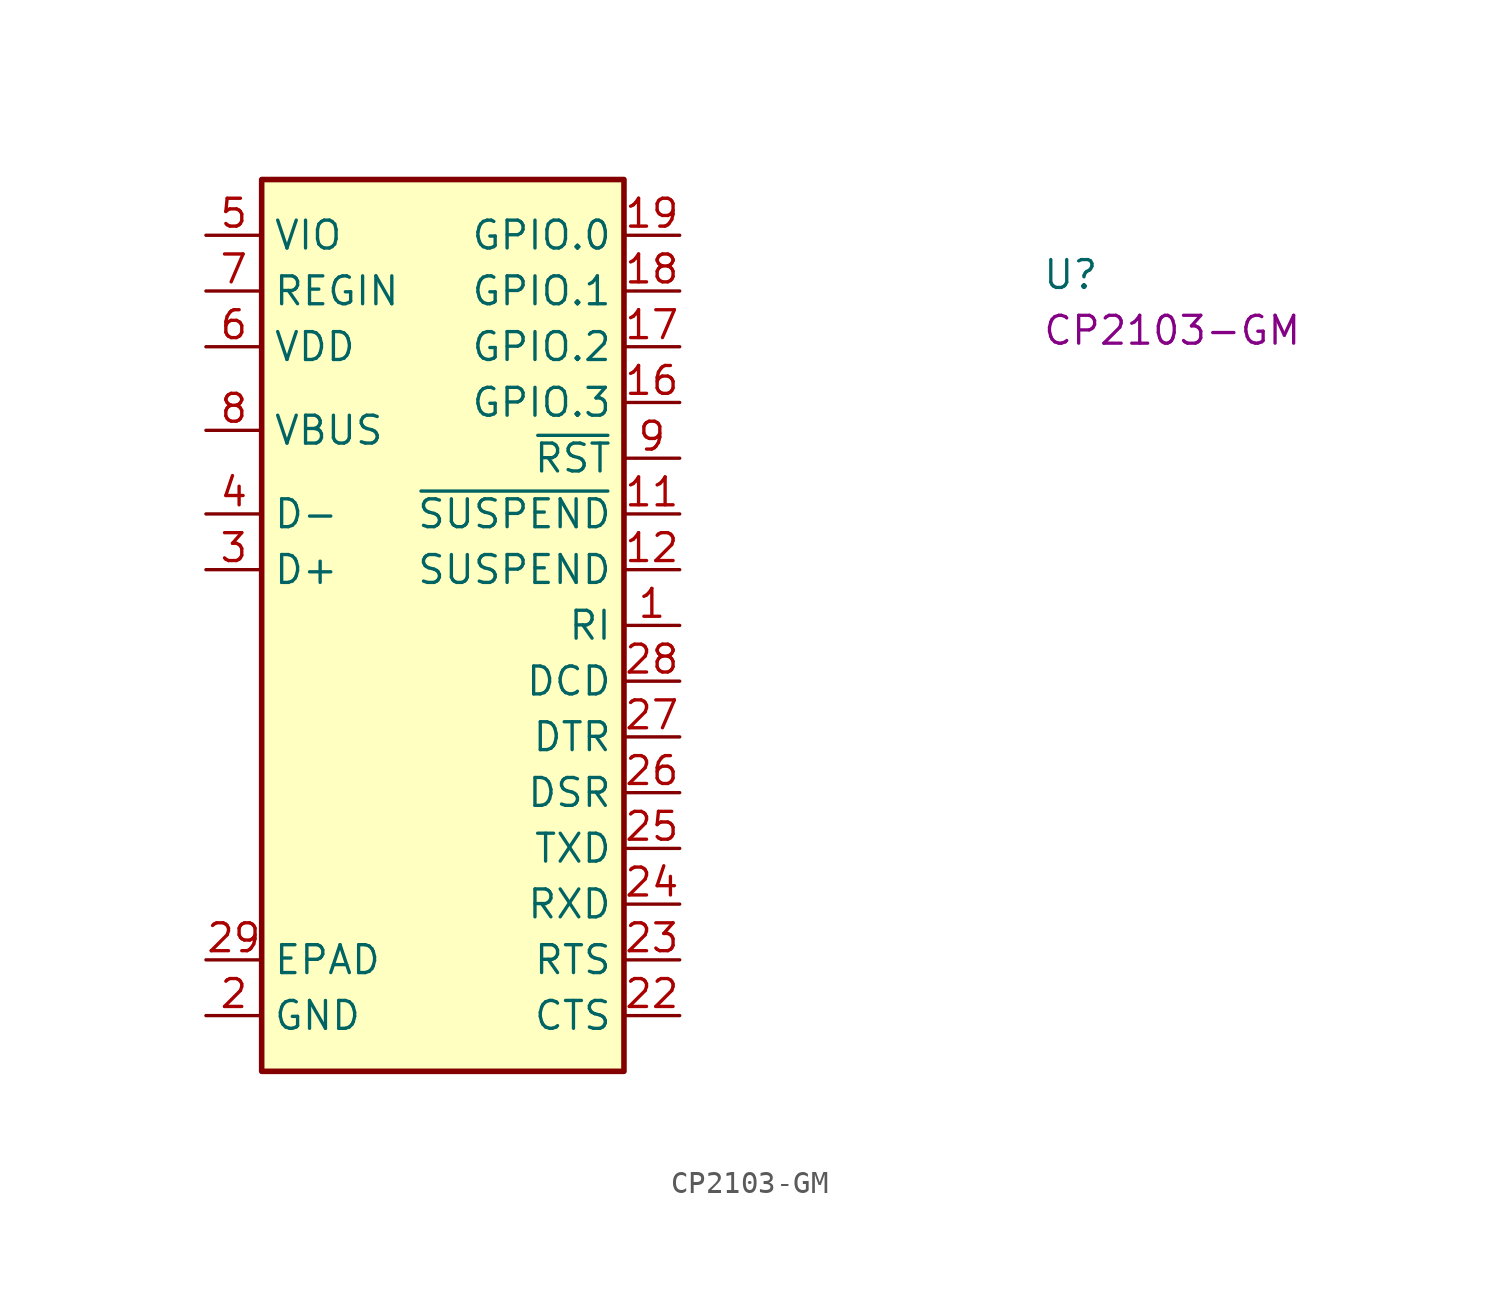
<source format=kicad_sym>
(kicad_symbol_lib
  (version 20220914)
  (generator kicad_symbol_editor)
  (symbol "CP2103-GM"
    (property "Reference" "U"
      (at 38.1 -2.54 0)
      (effects (font (size 1.27 1.27) (thickness 0.15)) (justify left bottom)))
    (property "MPN" "CP2103-GM"
      (at 38.1 -5.08 0)
      (effects (font (size 1.27 1.27) (thickness 0.15)) (justify left bottom)))
    (symbol "CP2103-GM_1_1"
      (rectangle (start 2.54 2.54) (end 19.05 -38.1) (stroke (width 0.254) (type default)) (fill (type background)))
      (pin input line (at 21.59 -17.78 180) (length 2.54) (name "RI" (effects (font (size 1.27 1.27)))) (number "1" (effects (font (size 1.27 1.27)))))
      (pin no_connect line (at 2.54 -24.13 0) (length 2.54) hide (name "NC" (effects (font (size 1.27 1.27)))) (number "10" (effects (font (size 1.27 1.27)))))
      (pin output line (at 21.59 -12.7 180) (length 2.54) (name "~{SUSPEND}" (effects (font (size 1.27 1.27)))) (number "11" (effects (font (size 1.27 1.27)))))
      (pin output line (at 21.59 -15.24 180) (length 2.54) (name "SUSPEND" (effects (font (size 1.27 1.27)))) (number "12" (effects (font (size 1.27 1.27)))))
      (pin no_connect line (at 2.54 -20.32 0) (length 2.54) hide (name "NC" (effects (font (size 1.27 1.27)))) (number "13" (effects (font (size 1.27 1.27)))))
      (pin no_connect line (at 2.54 -21.59 0) (length 2.54) hide (name "NC" (effects (font (size 1.27 1.27)))) (number "14" (effects (font (size 1.27 1.27)))))
      (pin no_connect line (at 2.54 -22.86 0) (length 2.54) hide (name "NC" (effects (font (size 1.27 1.27)))) (number "15" (effects (font (size 1.27 1.27)))))
      (pin bidirectional line (at 21.59 -7.62 180) (length 2.54) (name "GPIO.3" (effects (font (size 1.27 1.27)))) (number "16" (effects (font (size 1.27 1.27)))))
      (pin bidirectional line (at 21.59 -5.08 180) (length 2.54) (name "GPIO.2" (effects (font (size 1.27 1.27)))) (number "17" (effects (font (size 1.27 1.27)))))
      (pin bidirectional line (at 21.59 -2.54 180) (length 2.54) (name "GPIO.1" (effects (font (size 1.27 1.27)))) (number "18" (effects (font (size 1.27 1.27)))))
      (pin bidirectional line (at 21.59 0 180) (length 2.54) (name "GPIO.0" (effects (font (size 1.27 1.27)))) (number "19" (effects (font (size 1.27 1.27)))))
      (pin power_in line (at 0 -35.56 0) (length 2.54) (name "GND" (effects (font (size 1.27 1.27)))) (number "2" (effects (font (size 1.27 1.27)))))
      (pin no_connect line (at 2.54 -19.05 0) (length 2.54) hide (name "NC" (effects (font (size 1.27 1.27)))) (number "20" (effects (font (size 1.27 1.27)))))
      (pin no_connect line (at 2.54 -17.78 0) (length 2.54) hide (name "NC" (effects (font (size 1.27 1.27)))) (number "21" (effects (font (size 1.27 1.27)))))
      (pin input line (at 21.59 -35.56 180) (length 2.54) (name "CTS" (effects (font (size 1.27 1.27)))) (number "22" (effects (font (size 1.27 1.27)))))
      (pin output line (at 21.59 -33.02 180) (length 2.54) (name "RTS" (effects (font (size 1.27 1.27)))) (number "23" (effects (font (size 1.27 1.27)))))
      (pin input line (at 21.59 -30.48 180) (length 2.54) (name "RXD" (effects (font (size 1.27 1.27)))) (number "24" (effects (font (size 1.27 1.27)))))
      (pin output line (at 21.59 -27.94 180) (length 2.54) (name "TXD" (effects (font (size 1.27 1.27)))) (number "25" (effects (font (size 1.27 1.27)))))
      (pin input line (at 21.59 -25.4 180) (length 2.54) (name "DSR" (effects (font (size 1.27 1.27)))) (number "26" (effects (font (size 1.27 1.27)))))
      (pin output line (at 21.59 -22.86 180) (length 2.54) (name "DTR" (effects (font (size 1.27 1.27)))) (number "27" (effects (font (size 1.27 1.27)))))
      (pin input line (at 21.59 -20.32 180) (length 2.54) (name "DCD" (effects (font (size 1.27 1.27)))) (number "28" (effects (font (size 1.27 1.27)))))
      (pin passive line (at 0 -33.02 0) (length 2.54) (name "EPAD" (effects (font (size 1.27 1.27)))) (number "29" (effects (font (size 1.27 1.27)))))
      (pin bidirectional line (at 0 -15.24 0) (length 2.54) (name "D+" (effects (font (size 1.27 1.27)))) (number "3" (effects (font (size 1.27 1.27)))))
      (pin bidirectional line (at 0 -12.7 0) (length 2.54) (name "D-" (effects (font (size 1.27 1.27)))) (number "4" (effects (font (size 1.27 1.27)))))
      (pin bidirectional line (at 0 0 0) (length 2.54) (name "VIO" (effects (font (size 1.27 1.27)))) (number "5" (effects (font (size 1.27 1.27)))))
      (pin power_in line (at 0 -5.08 0) (length 2.54) (name "VDD" (effects (font (size 1.27 1.27)))) (number "6" (effects (font (size 1.27 1.27)))))
      (pin input line (at 0 -2.54 0) (length 2.54) (name "REGIN" (effects (font (size 1.27 1.27)))) (number "7" (effects (font (size 1.27 1.27)))))
      (pin input line (at 0 -8.89 0) (length 2.54) (name "VBUS" (effects (font (size 1.27 1.27)))) (number "8" (effects (font (size 1.27 1.27)))))
      (pin bidirectional line (at 21.59 -10.16 180) (length 2.54) (name "~{RST}" (effects (font (size 1.27 1.27)))) (number "9" (effects (font (size 1.27 1.27))))))))
</source>
